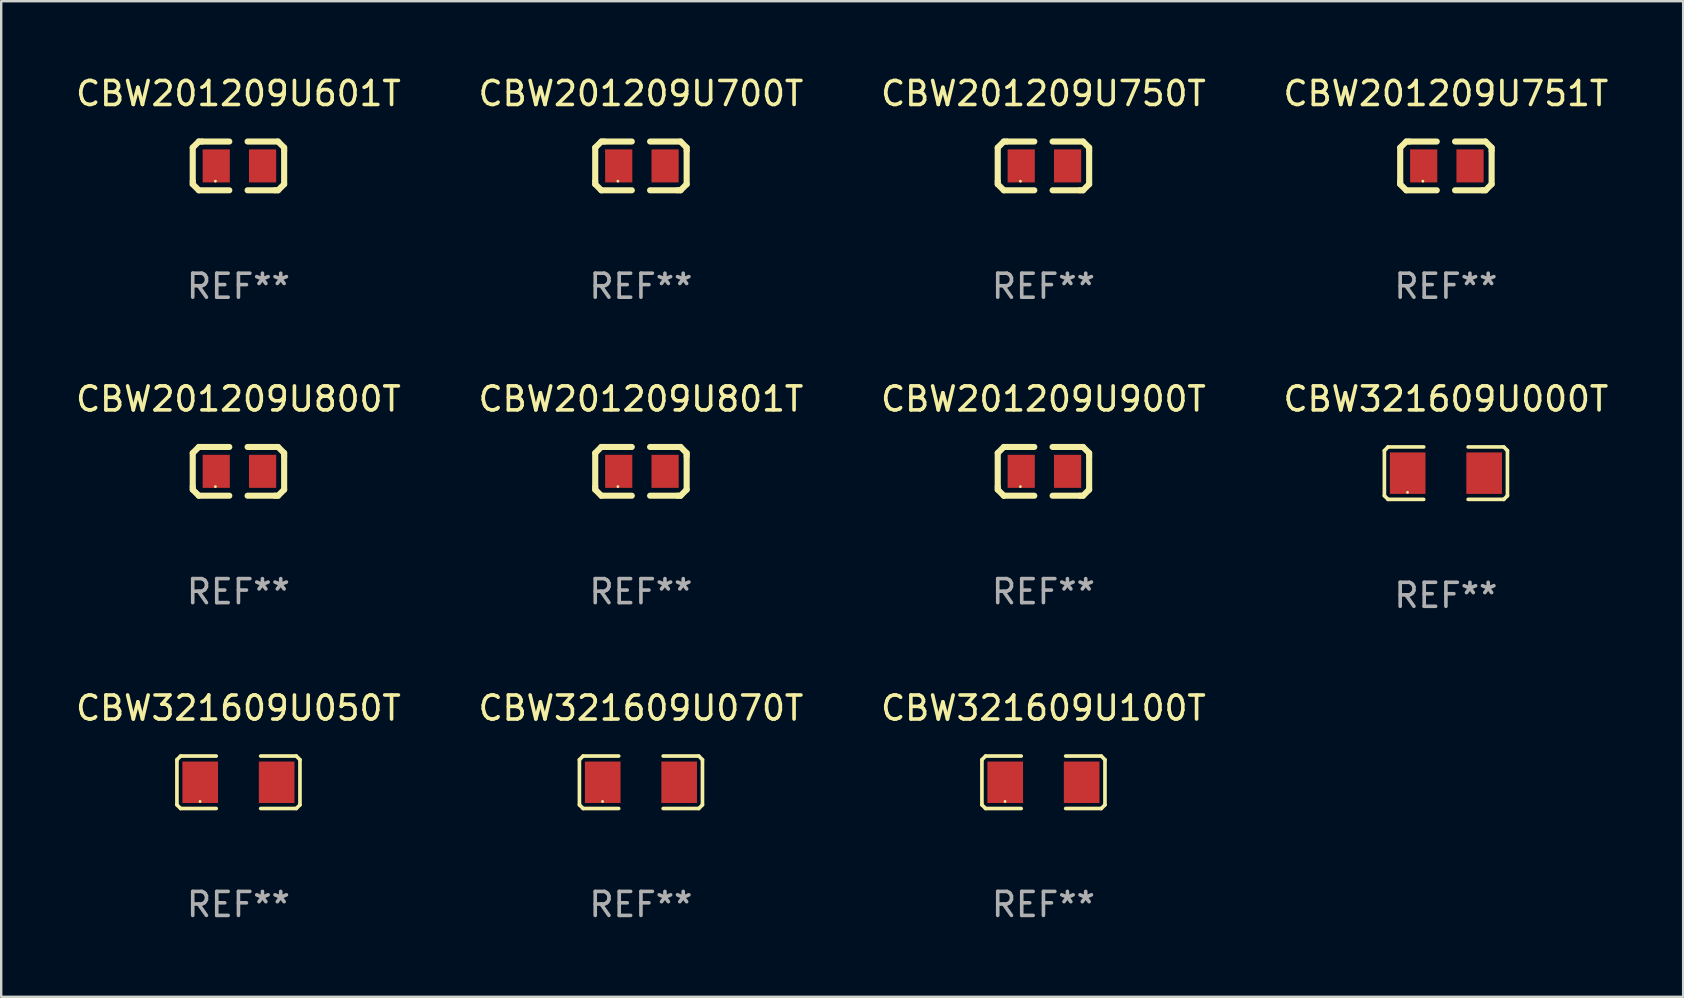
<source format=kicad_pcb>
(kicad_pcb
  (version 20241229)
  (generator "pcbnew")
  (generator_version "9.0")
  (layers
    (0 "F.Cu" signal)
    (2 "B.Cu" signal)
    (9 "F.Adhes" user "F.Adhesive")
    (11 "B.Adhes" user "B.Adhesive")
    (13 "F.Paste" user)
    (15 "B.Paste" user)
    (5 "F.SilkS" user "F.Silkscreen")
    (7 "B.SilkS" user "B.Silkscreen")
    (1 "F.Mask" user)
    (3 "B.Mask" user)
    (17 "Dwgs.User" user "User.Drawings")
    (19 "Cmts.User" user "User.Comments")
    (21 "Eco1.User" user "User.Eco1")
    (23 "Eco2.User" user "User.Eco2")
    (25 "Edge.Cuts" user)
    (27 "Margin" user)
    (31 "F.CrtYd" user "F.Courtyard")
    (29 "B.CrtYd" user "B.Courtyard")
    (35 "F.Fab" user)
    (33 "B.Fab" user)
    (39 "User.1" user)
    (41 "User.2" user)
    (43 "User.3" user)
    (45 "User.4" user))
  (footprint "CBW321609U000T"
    (layer "F.Cu")
    (at 57.208 16.669)
    (property "Reference" "CBW321609U000T" (at 0 -3.093 0) (layer "F.SilkS") (effects (font (size 1 1) (thickness 0.15))))
    (attr through_hole)
    (fp_line (start -2.564 -0.94) (end -2.411 -1.093) (stroke (width 0.152) (type solid)) (layer "F.SilkS"))
    (fp_line (start -2.564 0.94) (end -2.564 -0.94) (stroke (width 0.152) (type solid)) (layer "F.SilkS"))
    (fp_line (start -2.411 -1.093) (end -0.926 -1.093) (stroke (width 0.152) (type solid)) (layer "F.SilkS"))
    (fp_line (start -2.411 1.093) (end -2.564 0.94) (stroke (width 0.152) (type solid)) (layer "F.SilkS"))
    (fp_line (start -0.926 1.093) (end -2.411 1.093) (stroke (width 0.152) (type solid)) (layer "F.SilkS"))
    (fp_line (start 0.926 1.093) (end 2.411 1.093) (stroke (width 0.152) (type solid)) (layer "F.SilkS"))
    (fp_line (start 2.411 -1.093) (end 0.926 -1.093) (stroke (width 0.152) (type solid)) (layer "F.SilkS"))
    (fp_line (start 2.411 1.093) (end 2.564 0.94) (stroke (width 0.152) (type solid)) (layer "F.SilkS"))
    (fp_line (start 2.564 -0.94) (end 2.411 -1.093) (stroke (width 0.152) (type solid)) (layer "F.SilkS"))
    (fp_line (start 2.564 0.94) (end 2.564 -0.94) (stroke (width 0.152) (type solid)) (layer "F.SilkS"))
    (fp_circle (center -1.6 0.8) (end -1.57 0.8) (stroke (width 0.06) (type solid)) (fill no) (layer "F.SilkS"))
    (fp_text user "REF**" (at 0 5.093 0) (layer "F.Fab") (effects (font (size 1 1) (thickness 0.15))))
    (pad "1" smd rect (at -1.593 0) (size 1.485 1.728) (layers "F.Cu" "F.Mask" "F.Paste"))
    (pad "2" smd rect (at 1.593 0) (size 1.485 1.728) (layers "F.Cu" "F.Mask" "F.Paste")))
  (footprint "CBW321609U070T"
    (layer "F.Cu")
    (at 23.661 29.551)
    (property "Reference" "CBW321609U070T" (at 0 -3.093 0) (layer "F.SilkS") (effects (font (size 1 1) (thickness 0.15))))
    (attr through_hole)
    (fp_line (start -2.564 -0.94) (end -2.411 -1.093) (stroke (width 0.152) (type solid)) (layer "F.SilkS"))
    (fp_line (start -2.564 0.94) (end -2.564 -0.94) (stroke (width 0.152) (type solid)) (layer "F.SilkS"))
    (fp_line (start -2.411 -1.093) (end -0.926 -1.093) (stroke (width 0.152) (type solid)) (layer "F.SilkS"))
    (fp_line (start -2.411 1.093) (end -2.564 0.94) (stroke (width 0.152) (type solid)) (layer "F.SilkS"))
    (fp_line (start -0.926 1.093) (end -2.411 1.093) (stroke (width 0.152) (type solid)) (layer "F.SilkS"))
    (fp_line (start 0.926 1.093) (end 2.411 1.093) (stroke (width 0.152) (type solid)) (layer "F.SilkS"))
    (fp_line (start 2.411 -1.093) (end 0.926 -1.093) (stroke (width 0.152) (type solid)) (layer "F.SilkS"))
    (fp_line (start 2.411 1.093) (end 2.564 0.94) (stroke (width 0.152) (type solid)) (layer "F.SilkS"))
    (fp_line (start 2.564 -0.94) (end 2.411 -1.093) (stroke (width 0.152) (type solid)) (layer "F.SilkS"))
    (fp_line (start 2.564 0.94) (end 2.564 -0.94) (stroke (width 0.152) (type solid)) (layer "F.SilkS"))
    (fp_circle (center -1.6 0.8) (end -1.57 0.8) (stroke (width 0.06) (type solid)) (fill no) (layer "F.SilkS"))
    (fp_text user "REF**" (at 0 5.093 0) (layer "F.Fab") (effects (font (size 1 1) (thickness 0.15))))
    (pad "1" smd rect (at -1.593 0) (size 1.485 1.728) (layers "F.Cu" "F.Mask" "F.Paste"))
    (pad "2" smd rect (at 1.593 0) (size 1.485 1.728) (layers "F.Cu" "F.Mask" "F.Paste")))
  (footprint "CBW201209U601T"
    (layer "F.Cu")
    (at 6.887 3.864)
    (property "Reference" "CBW201209U601T" (at 0 -3.016 0) (layer "F.SilkS") (effects (font (size 1 1) (thickness 0.15))))
    (attr through_hole)
    (fp_line (start -1.905 -0.762) (end -1.905 0.635) (stroke (width 0.254) (type solid)) (layer "F.SilkS"))
    (fp_line (start -1.905 0.635) (end -1.905 0.762) (stroke (width 0.254) (type solid)) (layer "F.SilkS"))
    (fp_line (start -1.905 0.762) (end -1.651 1.016) (stroke (width 0.254) (type solid)) (layer "F.SilkS"))
    (fp_line (start -1.651 -1.016) (end -1.905 -0.762) (stroke (width 0.254) (type solid)) (layer "F.SilkS"))
    (fp_line (start -1.651 1.016) (end -0.381 1.016) (stroke (width 0.254) (type solid)) (layer "F.SilkS"))
    (fp_line (start -1.524 -1.016) (end -1.651 -1.016) (stroke (width 0.254) (type solid)) (layer "F.SilkS"))
    (fp_line (start -0.381 -1.016) (end -1.524 -1.016) (stroke (width 0.254) (type solid)) (layer "F.SilkS"))
    (fp_line (start 0.381 1.016) (end 1.524 1.016) (stroke (width 0.254) (type solid)) (layer "F.SilkS"))
    (fp_line (start 1.524 1.016) (end 1.651 1.016) (stroke (width 0.254) (type solid)) (layer "F.SilkS"))
    (fp_line (start 1.651 -1.016) (end 0.381 -1.016) (stroke (width 0.254) (type solid)) (layer "F.SilkS"))
    (fp_line (start 1.651 1.016) (end 1.905 0.762) (stroke (width 0.254) (type solid)) (layer "F.SilkS"))
    (fp_line (start 1.905 -0.762) (end 1.651 -1.016) (stroke (width 0.254) (type solid)) (layer "F.SilkS"))
    (fp_line (start 1.905 -0.635) (end 1.905 -0.762) (stroke (width 0.254) (type solid)) (layer "F.SilkS"))
    (fp_line (start 1.905 0.762) (end 1.905 -0.635) (stroke (width 0.254) (type solid)) (layer "F.SilkS"))
    (fp_circle (center -0.96 0.637) (end -0.93 0.637) (stroke (width 0.06) (type solid)) (fill no) (layer "F.SilkS"))
    (fp_text user "REF**" (at 0 5.016 0) (layer "F.Fab") (effects (font (size 1 1) (thickness 0.15))))
    (pad "1" smd rect (at -0.926 -0.000051) (size 1.133 1.377) (layers "F.Cu" "F.Mask" "F.Paste"))
    (pad "2" smd rect (at 1.006 -0.000051) (size 1.133 1.377) (layers "F.Cu" "F.Mask" "F.Paste")))
  (footprint "CBW201209U801T"
    (layer "F.Cu")
    (at 23.661 16.593)
    (property "Reference" "CBW201209U801T" (at 0 -3.016 0) (layer "F.SilkS") (effects (font (size 1 1) (thickness 0.15))))
    (attr through_hole)
    (fp_line (start -1.905 -0.762) (end -1.905 0.635) (stroke (width 0.254) (type solid)) (layer "F.SilkS"))
    (fp_line (start -1.905 0.635) (end -1.905 0.762) (stroke (width 0.254) (type solid)) (layer "F.SilkS"))
    (fp_line (start -1.905 0.762) (end -1.651 1.016) (stroke (width 0.254) (type solid)) (layer "F.SilkS"))
    (fp_line (start -1.651 -1.016) (end -1.905 -0.762) (stroke (width 0.254) (type solid)) (layer "F.SilkS"))
    (fp_line (start -1.651 1.016) (end -0.381 1.016) (stroke (width 0.254) (type solid)) (layer "F.SilkS"))
    (fp_line (start -1.524 -1.016) (end -1.651 -1.016) (stroke (width 0.254) (type solid)) (layer "F.SilkS"))
    (fp_line (start -0.381 -1.016) (end -1.524 -1.016) (stroke (width 0.254) (type solid)) (layer "F.SilkS"))
    (fp_line (start 0.381 1.016) (end 1.524 1.016) (stroke (width 0.254) (type solid)) (layer "F.SilkS"))
    (fp_line (start 1.524 1.016) (end 1.651 1.016) (stroke (width 0.254) (type solid)) (layer "F.SilkS"))
    (fp_line (start 1.651 -1.016) (end 0.381 -1.016) (stroke (width 0.254) (type solid)) (layer "F.SilkS"))
    (fp_line (start 1.651 1.016) (end 1.905 0.762) (stroke (width 0.254) (type solid)) (layer "F.SilkS"))
    (fp_line (start 1.905 -0.762) (end 1.651 -1.016) (stroke (width 0.254) (type solid)) (layer "F.SilkS"))
    (fp_line (start 1.905 -0.635) (end 1.905 -0.762) (stroke (width 0.254) (type solid)) (layer "F.SilkS"))
    (fp_line (start 1.905 0.762) (end 1.905 -0.635) (stroke (width 0.254) (type solid)) (layer "F.SilkS"))
    (fp_circle (center -0.96 0.637) (end -0.93 0.637) (stroke (width 0.06) (type solid)) (fill no) (layer "F.SilkS"))
    (fp_text user "REF**" (at 0 5.016 0) (layer "F.Fab") (effects (font (size 1 1) (thickness 0.15))))
    (pad "1" smd rect (at -0.926 -0.000051) (size 1.133 1.377) (layers "F.Cu" "F.Mask" "F.Paste"))
    (pad "2" smd rect (at 1.006 -0.000051) (size 1.133 1.377) (layers "F.Cu" "F.Mask" "F.Paste")))
  (footprint "CBW321609U050T"
    (layer "F.Cu")
    (at 6.887 29.551)
    (property "Reference" "CBW321609U050T" (at 0 -3.093 0) (layer "F.SilkS") (effects (font (size 1 1) (thickness 0.15))))
    (attr through_hole)
    (fp_line (start -2.564 -0.94) (end -2.411 -1.093) (stroke (width 0.152) (type solid)) (layer "F.SilkS"))
    (fp_line (start -2.564 0.94) (end -2.564 -0.94) (stroke (width 0.152) (type solid)) (layer "F.SilkS"))
    (fp_line (start -2.411 -1.093) (end -0.926 -1.093) (stroke (width 0.152) (type solid)) (layer "F.SilkS"))
    (fp_line (start -2.411 1.093) (end -2.564 0.94) (stroke (width 0.152) (type solid)) (layer "F.SilkS"))
    (fp_line (start -0.926 1.093) (end -2.411 1.093) (stroke (width 0.152) (type solid)) (layer "F.SilkS"))
    (fp_line (start 0.926 1.093) (end 2.411 1.093) (stroke (width 0.152) (type solid)) (layer "F.SilkS"))
    (fp_line (start 2.411 -1.093) (end 0.926 -1.093) (stroke (width 0.152) (type solid)) (layer "F.SilkS"))
    (fp_line (start 2.411 1.093) (end 2.564 0.94) (stroke (width 0.152) (type solid)) (layer "F.SilkS"))
    (fp_line (start 2.564 -0.94) (end 2.411 -1.093) (stroke (width 0.152) (type solid)) (layer "F.SilkS"))
    (fp_line (start 2.564 0.94) (end 2.564 -0.94) (stroke (width 0.152) (type solid)) (layer "F.SilkS"))
    (fp_circle (center -1.6 0.8) (end -1.57 0.8) (stroke (width 0.06) (type solid)) (fill no) (layer "F.SilkS"))
    (fp_text user "REF**" (at 0 5.093 0) (layer "F.Fab") (effects (font (size 1 1) (thickness 0.15))))
    (pad "1" smd rect (at -1.593 0) (size 1.485 1.728) (layers "F.Cu" "F.Mask" "F.Paste"))
    (pad "2" smd rect (at 1.593 0) (size 1.485 1.728) (layers "F.Cu" "F.Mask" "F.Paste")))
  (footprint "CBW201209U751T"
    (layer "F.Cu")
    (at 57.208 3.864)
    (property "Reference" "CBW201209U751T" (at 0 -3.016 0) (layer "F.SilkS") (effects (font (size 1 1) (thickness 0.15))))
    (attr through_hole)
    (fp_line (start -1.905 -0.762) (end -1.905 0.635) (stroke (width 0.254) (type solid)) (layer "F.SilkS"))
    (fp_line (start -1.905 0.635) (end -1.905 0.762) (stroke (width 0.254) (type solid)) (layer "F.SilkS"))
    (fp_line (start -1.905 0.762) (end -1.651 1.016) (stroke (width 0.254) (type solid)) (layer "F.SilkS"))
    (fp_line (start -1.651 -1.016) (end -1.905 -0.762) (stroke (width 0.254) (type solid)) (layer "F.SilkS"))
    (fp_line (start -1.651 1.016) (end -0.381 1.016) (stroke (width 0.254) (type solid)) (layer "F.SilkS"))
    (fp_line (start -1.524 -1.016) (end -1.651 -1.016) (stroke (width 0.254) (type solid)) (layer "F.SilkS"))
    (fp_line (start -0.381 -1.016) (end -1.524 -1.016) (stroke (width 0.254) (type solid)) (layer "F.SilkS"))
    (fp_line (start 0.381 1.016) (end 1.524 1.016) (stroke (width 0.254) (type solid)) (layer "F.SilkS"))
    (fp_line (start 1.524 1.016) (end 1.651 1.016) (stroke (width 0.254) (type solid)) (layer "F.SilkS"))
    (fp_line (start 1.651 -1.016) (end 0.381 -1.016) (stroke (width 0.254) (type solid)) (layer "F.SilkS"))
    (fp_line (start 1.651 1.016) (end 1.905 0.762) (stroke (width 0.254) (type solid)) (layer "F.SilkS"))
    (fp_line (start 1.905 -0.762) (end 1.651 -1.016) (stroke (width 0.254) (type solid)) (layer "F.SilkS"))
    (fp_line (start 1.905 -0.635) (end 1.905 -0.762) (stroke (width 0.254) (type solid)) (layer "F.SilkS"))
    (fp_line (start 1.905 0.762) (end 1.905 -0.635) (stroke (width 0.254) (type solid)) (layer "F.SilkS"))
    (fp_circle (center -0.96 0.637) (end -0.93 0.637) (stroke (width 0.06) (type solid)) (fill no) (layer "F.SilkS"))
    (fp_text user "REF**" (at 0 5.016 0) (layer "F.Fab") (effects (font (size 1 1) (thickness 0.15))))
    (pad "1" smd rect (at -0.926 -0.000051) (size 1.133 1.377) (layers "F.Cu" "F.Mask" "F.Paste"))
    (pad "2" smd rect (at 1.006 -0.000051) (size 1.133 1.377) (layers "F.Cu" "F.Mask" "F.Paste")))
  (footprint "CBW201209U800T"
    (layer "F.Cu")
    (at 6.887 16.593)
    (property "Reference" "CBW201209U800T" (at 0 -3.016 0) (layer "F.SilkS") (effects (font (size 1 1) (thickness 0.15))))
    (attr through_hole)
    (fp_line (start -1.905 -0.762) (end -1.905 0.635) (stroke (width 0.254) (type solid)) (layer "F.SilkS"))
    (fp_line (start -1.905 0.635) (end -1.905 0.762) (stroke (width 0.254) (type solid)) (layer "F.SilkS"))
    (fp_line (start -1.905 0.762) (end -1.651 1.016) (stroke (width 0.254) (type solid)) (layer "F.SilkS"))
    (fp_line (start -1.651 -1.016) (end -1.905 -0.762) (stroke (width 0.254) (type solid)) (layer "F.SilkS"))
    (fp_line (start -1.651 1.016) (end -0.381 1.016) (stroke (width 0.254) (type solid)) (layer "F.SilkS"))
    (fp_line (start -1.524 -1.016) (end -1.651 -1.016) (stroke (width 0.254) (type solid)) (layer "F.SilkS"))
    (fp_line (start -0.381 -1.016) (end -1.524 -1.016) (stroke (width 0.254) (type solid)) (layer "F.SilkS"))
    (fp_line (start 0.381 1.016) (end 1.524 1.016) (stroke (width 0.254) (type solid)) (layer "F.SilkS"))
    (fp_line (start 1.524 1.016) (end 1.651 1.016) (stroke (width 0.254) (type solid)) (layer "F.SilkS"))
    (fp_line (start 1.651 -1.016) (end 0.381 -1.016) (stroke (width 0.254) (type solid)) (layer "F.SilkS"))
    (fp_line (start 1.651 1.016) (end 1.905 0.762) (stroke (width 0.254) (type solid)) (layer "F.SilkS"))
    (fp_line (start 1.905 -0.762) (end 1.651 -1.016) (stroke (width 0.254) (type solid)) (layer "F.SilkS"))
    (fp_line (start 1.905 -0.635) (end 1.905 -0.762) (stroke (width 0.254) (type solid)) (layer "F.SilkS"))
    (fp_line (start 1.905 0.762) (end 1.905 -0.635) (stroke (width 0.254) (type solid)) (layer "F.SilkS"))
    (fp_circle (center -0.96 0.637) (end -0.93 0.637) (stroke (width 0.06) (type solid)) (fill no) (layer "F.SilkS"))
    (fp_text user "REF**" (at 0 5.016 0) (layer "F.Fab") (effects (font (size 1 1) (thickness 0.15))))
    (pad "1" smd rect (at -0.926 -0.000051) (size 1.133 1.377) (layers "F.Cu" "F.Mask" "F.Paste"))
    (pad "2" smd rect (at 1.006 -0.000051) (size 1.133 1.377) (layers "F.Cu" "F.Mask" "F.Paste")))
  (footprint "CBW201209U750T"
    (layer "F.Cu")
    (at 40.435 3.864)
    (property "Reference" "CBW201209U750T" (at 0 -3.016 0) (layer "F.SilkS") (effects (font (size 1 1) (thickness 0.15))))
    (attr through_hole)
    (fp_line (start -1.905 -0.762) (end -1.905 0.635) (stroke (width 0.254) (type solid)) (layer "F.SilkS"))
    (fp_line (start -1.905 0.635) (end -1.905 0.762) (stroke (width 0.254) (type solid)) (layer "F.SilkS"))
    (fp_line (start -1.905 0.762) (end -1.651 1.016) (stroke (width 0.254) (type solid)) (layer "F.SilkS"))
    (fp_line (start -1.651 -1.016) (end -1.905 -0.762) (stroke (width 0.254) (type solid)) (layer "F.SilkS"))
    (fp_line (start -1.651 1.016) (end -0.381 1.016) (stroke (width 0.254) (type solid)) (layer "F.SilkS"))
    (fp_line (start -1.524 -1.016) (end -1.651 -1.016) (stroke (width 0.254) (type solid)) (layer "F.SilkS"))
    (fp_line (start -0.381 -1.016) (end -1.524 -1.016) (stroke (width 0.254) (type solid)) (layer "F.SilkS"))
    (fp_line (start 0.381 1.016) (end 1.524 1.016) (stroke (width 0.254) (type solid)) (layer "F.SilkS"))
    (fp_line (start 1.524 1.016) (end 1.651 1.016) (stroke (width 0.254) (type solid)) (layer "F.SilkS"))
    (fp_line (start 1.651 -1.016) (end 0.381 -1.016) (stroke (width 0.254) (type solid)) (layer "F.SilkS"))
    (fp_line (start 1.651 1.016) (end 1.905 0.762) (stroke (width 0.254) (type solid)) (layer "F.SilkS"))
    (fp_line (start 1.905 -0.762) (end 1.651 -1.016) (stroke (width 0.254) (type solid)) (layer "F.SilkS"))
    (fp_line (start 1.905 -0.635) (end 1.905 -0.762) (stroke (width 0.254) (type solid)) (layer "F.SilkS"))
    (fp_line (start 1.905 0.762) (end 1.905 -0.635) (stroke (width 0.254) (type solid)) (layer "F.SilkS"))
    (fp_circle (center -0.96 0.637) (end -0.93 0.637) (stroke (width 0.06) (type solid)) (fill no) (layer "F.SilkS"))
    (fp_text user "REF**" (at 0 5.016 0) (layer "F.Fab") (effects (font (size 1 1) (thickness 0.15))))
    (pad "1" smd rect (at -0.926 -0.000051) (size 1.133 1.377) (layers "F.Cu" "F.Mask" "F.Paste"))
    (pad "2" smd rect (at 1.006 -0.000051) (size 1.133 1.377) (layers "F.Cu" "F.Mask" "F.Paste")))
  (footprint "CBW201209U700T"
    (layer "F.Cu")
    (at 23.661 3.864)
    (property "Reference" "CBW201209U700T" (at 0 -3.016 0) (layer "F.SilkS") (effects (font (size 1 1) (thickness 0.15))))
    (attr through_hole)
    (fp_line (start -1.905 -0.762) (end -1.905 0.635) (stroke (width 0.254) (type solid)) (layer "F.SilkS"))
    (fp_line (start -1.905 0.635) (end -1.905 0.762) (stroke (width 0.254) (type solid)) (layer "F.SilkS"))
    (fp_line (start -1.905 0.762) (end -1.651 1.016) (stroke (width 0.254) (type solid)) (layer "F.SilkS"))
    (fp_line (start -1.651 -1.016) (end -1.905 -0.762) (stroke (width 0.254) (type solid)) (layer "F.SilkS"))
    (fp_line (start -1.651 1.016) (end -0.381 1.016) (stroke (width 0.254) (type solid)) (layer "F.SilkS"))
    (fp_line (start -1.524 -1.016) (end -1.651 -1.016) (stroke (width 0.254) (type solid)) (layer "F.SilkS"))
    (fp_line (start -0.381 -1.016) (end -1.524 -1.016) (stroke (width 0.254) (type solid)) (layer "F.SilkS"))
    (fp_line (start 0.381 1.016) (end 1.524 1.016) (stroke (width 0.254) (type solid)) (layer "F.SilkS"))
    (fp_line (start 1.524 1.016) (end 1.651 1.016) (stroke (width 0.254) (type solid)) (layer "F.SilkS"))
    (fp_line (start 1.651 -1.016) (end 0.381 -1.016) (stroke (width 0.254) (type solid)) (layer "F.SilkS"))
    (fp_line (start 1.651 1.016) (end 1.905 0.762) (stroke (width 0.254) (type solid)) (layer "F.SilkS"))
    (fp_line (start 1.905 -0.762) (end 1.651 -1.016) (stroke (width 0.254) (type solid)) (layer "F.SilkS"))
    (fp_line (start 1.905 -0.635) (end 1.905 -0.762) (stroke (width 0.254) (type solid)) (layer "F.SilkS"))
    (fp_line (start 1.905 0.762) (end 1.905 -0.635) (stroke (width 0.254) (type solid)) (layer "F.SilkS"))
    (fp_circle (center -0.96 0.637) (end -0.93 0.637) (stroke (width 0.06) (type solid)) (fill no) (layer "F.SilkS"))
    (fp_text user "REF**" (at 0 5.016 0) (layer "F.Fab") (effects (font (size 1 1) (thickness 0.15))))
    (pad "1" smd rect (at -0.926 -0.000051) (size 1.133 1.377) (layers "F.Cu" "F.Mask" "F.Paste"))
    (pad "2" smd rect (at 1.006 -0.000051) (size 1.133 1.377) (layers "F.Cu" "F.Mask" "F.Paste")))
  (footprint "CBW201209U900T"
    (layer "F.Cu")
    (at 40.435 16.593)
    (property "Reference" "CBW201209U900T" (at 0 -3.016 0) (layer "F.SilkS") (effects (font (size 1 1) (thickness 0.15))))
    (attr through_hole)
    (fp_line (start -1.905 -0.762) (end -1.905 0.635) (stroke (width 0.254) (type solid)) (layer "F.SilkS"))
    (fp_line (start -1.905 0.635) (end -1.905 0.762) (stroke (width 0.254) (type solid)) (layer "F.SilkS"))
    (fp_line (start -1.905 0.762) (end -1.651 1.016) (stroke (width 0.254) (type solid)) (layer "F.SilkS"))
    (fp_line (start -1.651 -1.016) (end -1.905 -0.762) (stroke (width 0.254) (type solid)) (layer "F.SilkS"))
    (fp_line (start -1.651 1.016) (end -0.381 1.016) (stroke (width 0.254) (type solid)) (layer "F.SilkS"))
    (fp_line (start -1.524 -1.016) (end -1.651 -1.016) (stroke (width 0.254) (type solid)) (layer "F.SilkS"))
    (fp_line (start -0.381 -1.016) (end -1.524 -1.016) (stroke (width 0.254) (type solid)) (layer "F.SilkS"))
    (fp_line (start 0.381 1.016) (end 1.524 1.016) (stroke (width 0.254) (type solid)) (layer "F.SilkS"))
    (fp_line (start 1.524 1.016) (end 1.651 1.016) (stroke (width 0.254) (type solid)) (layer "F.SilkS"))
    (fp_line (start 1.651 -1.016) (end 0.381 -1.016) (stroke (width 0.254) (type solid)) (layer "F.SilkS"))
    (fp_line (start 1.651 1.016) (end 1.905 0.762) (stroke (width 0.254) (type solid)) (layer "F.SilkS"))
    (fp_line (start 1.905 -0.762) (end 1.651 -1.016) (stroke (width 0.254) (type solid)) (layer "F.SilkS"))
    (fp_line (start 1.905 -0.635) (end 1.905 -0.762) (stroke (width 0.254) (type solid)) (layer "F.SilkS"))
    (fp_line (start 1.905 0.762) (end 1.905 -0.635) (stroke (width 0.254) (type solid)) (layer "F.SilkS"))
    (fp_circle (center -0.96 0.637) (end -0.93 0.637) (stroke (width 0.06) (type solid)) (fill no) (layer "F.SilkS"))
    (fp_text user "REF**" (at 0 5.016 0) (layer "F.Fab") (effects (font (size 1 1) (thickness 0.15))))
    (pad "1" smd rect (at -0.926 -0.000051) (size 1.133 1.377) (layers "F.Cu" "F.Mask" "F.Paste"))
    (pad "2" smd rect (at 1.006 -0.000051) (size 1.133 1.377) (layers "F.Cu" "F.Mask" "F.Paste")))
  (footprint "CBW321609U100T"
    (layer "F.Cu")
    (at 40.435 29.551)
    (property "Reference" "CBW321609U100T" (at 0 -3.093 0) (layer "F.SilkS") (effects (font (size 1 1) (thickness 0.15))))
    (attr through_hole)
    (fp_line (start -2.564 -0.94) (end -2.411 -1.093) (stroke (width 0.152) (type solid)) (layer "F.SilkS"))
    (fp_line (start -2.564 0.94) (end -2.564 -0.94) (stroke (width 0.152) (type solid)) (layer "F.SilkS"))
    (fp_line (start -2.411 -1.093) (end -0.926 -1.093) (stroke (width 0.152) (type solid)) (layer "F.SilkS"))
    (fp_line (start -2.411 1.093) (end -2.564 0.94) (stroke (width 0.152) (type solid)) (layer "F.SilkS"))
    (fp_line (start -0.926 1.093) (end -2.411 1.093) (stroke (width 0.152) (type solid)) (layer "F.SilkS"))
    (fp_line (start 0.926 1.093) (end 2.411 1.093) (stroke (width 0.152) (type solid)) (layer "F.SilkS"))
    (fp_line (start 2.411 -1.093) (end 0.926 -1.093) (stroke (width 0.152) (type solid)) (layer "F.SilkS"))
    (fp_line (start 2.411 1.093) (end 2.564 0.94) (stroke (width 0.152) (type solid)) (layer "F.SilkS"))
    (fp_line (start 2.564 -0.94) (end 2.411 -1.093) (stroke (width 0.152) (type solid)) (layer "F.SilkS"))
    (fp_line (start 2.564 0.94) (end 2.564 -0.94) (stroke (width 0.152) (type solid)) (layer "F.SilkS"))
    (fp_circle (center -1.6 0.8) (end -1.57 0.8) (stroke (width 0.06) (type solid)) (fill no) (layer "F.SilkS"))
    (fp_text user "REF**" (at 0 5.093 0) (layer "F.Fab") (effects (font (size 1 1) (thickness 0.15))))
    (pad "1" smd rect (at -1.593 0) (size 1.485 1.728) (layers "F.Cu" "F.Mask" "F.Paste"))
    (pad "2" smd rect (at 1.593 0) (size 1.485 1.728) (layers "F.Cu" "F.Mask" "F.Paste")))
  (gr_rect
    (start -3 -3)
    (end 67.095 38.492)
    (stroke (width 0.1) (type default))
    (fill no)
    (layer "Edge.Cuts")))
</source>
